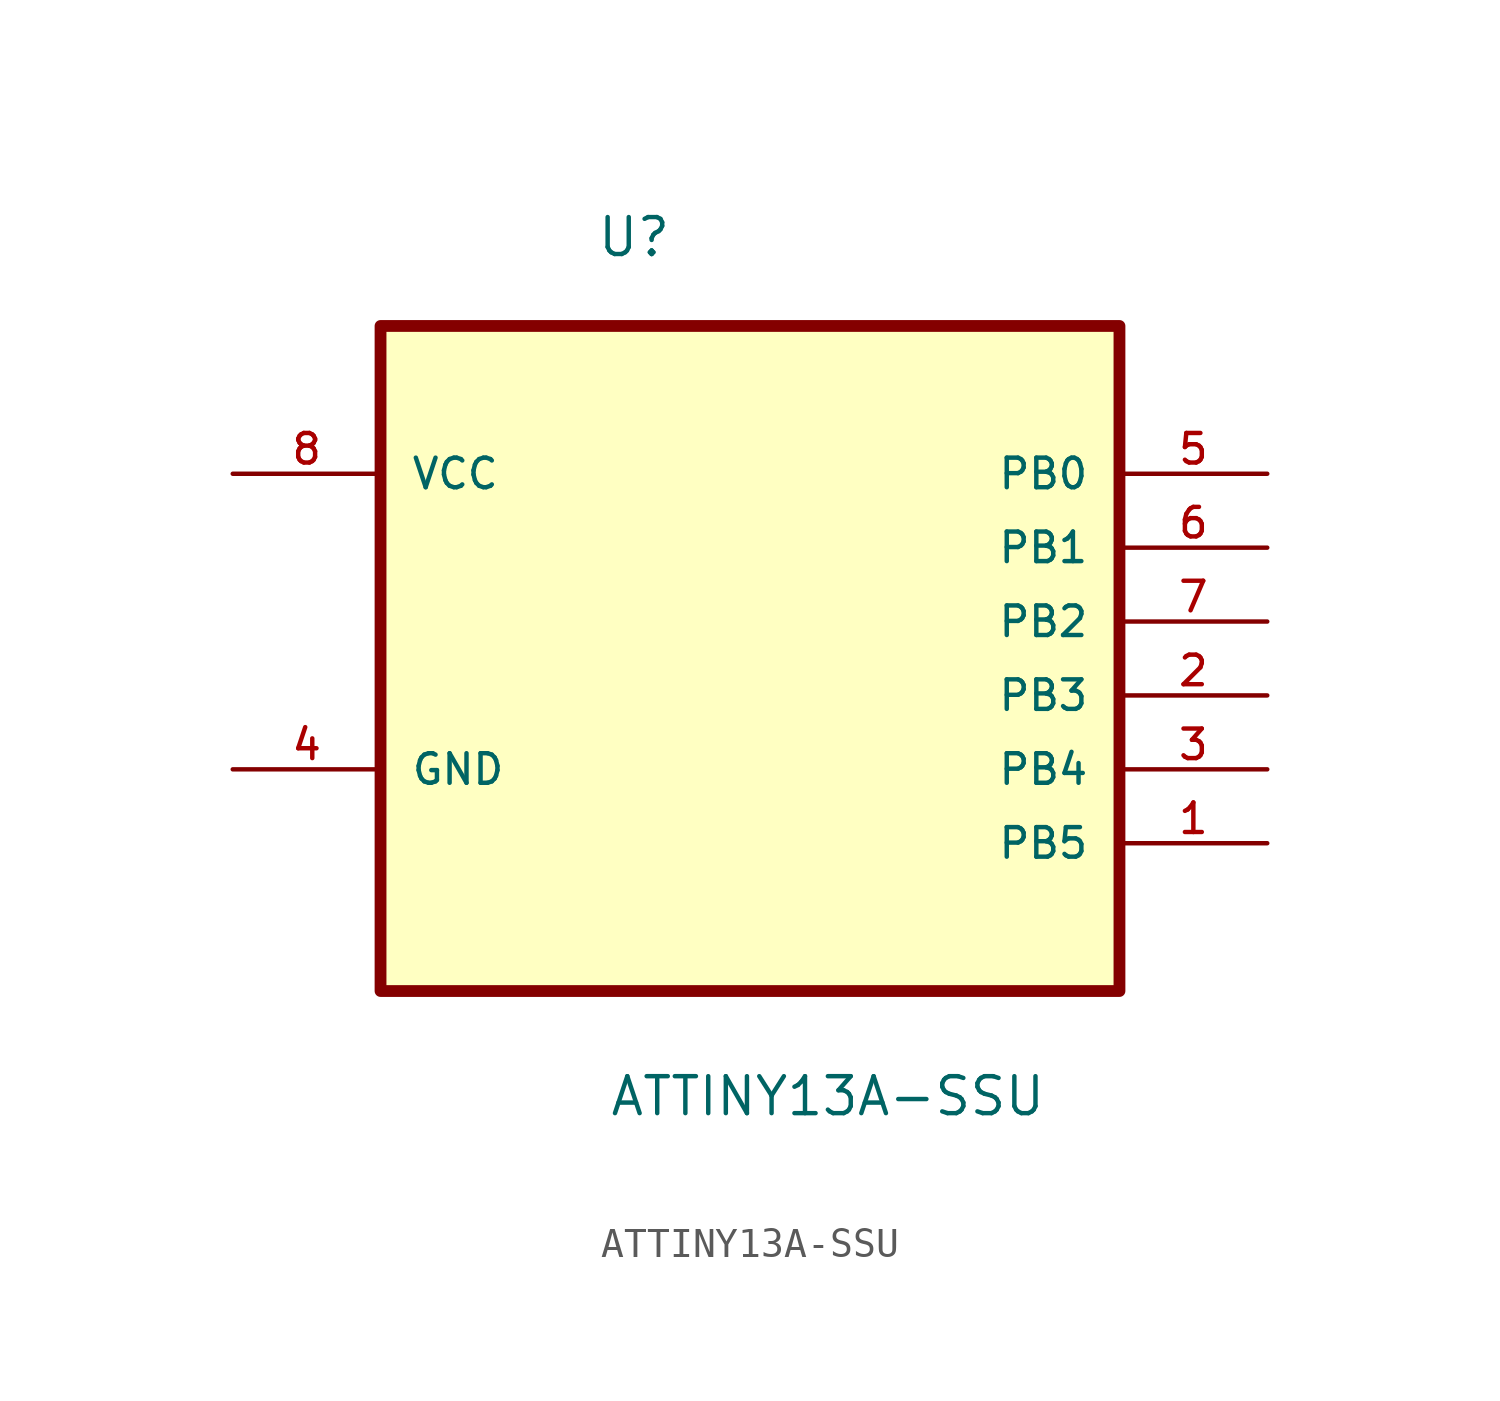
<source format=kicad_sym>
(kicad_symbol_lib
  (version 20211014)
  (generator kicad_symbol_editor)
  (symbol "ATTINY13A-SSU"
    (pin_names
      (offset 1.016))
    (property "Reference" "U"
      (at -5.296 9.93 0.0)
      (effects (font (size 1.27 1.27)) (justify bottom left)))
    (property "Value" "ATTINY13A-SSU"
      (at -4.862 -19.601 0.0)
      (effects (font (size 1.27 1.27)) (justify bottom left)))
    (symbol "ATTINY13A-SSU_0_0"
      (rectangle (start -12.7 -15.24) (end 12.7 7.62) (stroke (width 0.406)) (fill (type background)))
      (pin power_in line (at -17.78 2.54 0) (length 5.08) (name "VCC" (effects (font (size 1.016 1.016)))) (number "8" (effects (font (size 1.016 1.016)))))
      (pin passive line (at -17.78 -7.62 0) (length 5.08) (name "GND" (effects (font (size 1.016 1.016)))) (number "4" (effects (font (size 1.016 1.016)))))
      (pin bidirectional line (at 17.78 2.54 180.0) (length 5.08) (name "PB0" (effects (font (size 1.016 1.016)))) (number "5" (effects (font (size 1.016 1.016)))))
      (pin bidirectional line (at 17.78 0.0 180.0) (length 5.08) (name "PB1" (effects (font (size 1.016 1.016)))) (number "6" (effects (font (size 1.016 1.016)))))
      (pin bidirectional line (at 17.78 -2.54 180.0) (length 5.08) (name "PB2" (effects (font (size 1.016 1.016)))) (number "7" (effects (font (size 1.016 1.016)))))
      (pin bidirectional line (at 17.78 -5.08 180.0) (length 5.08) (name "PB3" (effects (font (size 1.016 1.016)))) (number "2" (effects (font (size 1.016 1.016)))))
      (pin bidirectional line (at 17.78 -7.62 180.0) (length 5.08) (name "PB4" (effects (font (size 1.016 1.016)))) (number "3" (effects (font (size 1.016 1.016)))))
      (pin bidirectional line (at 17.78 -10.16 180.0) (length 5.08) (name "PB5" (effects (font (size 1.016 1.016)))) (number "1" (effects (font (size 1.016 1.016))))))))
</source>
